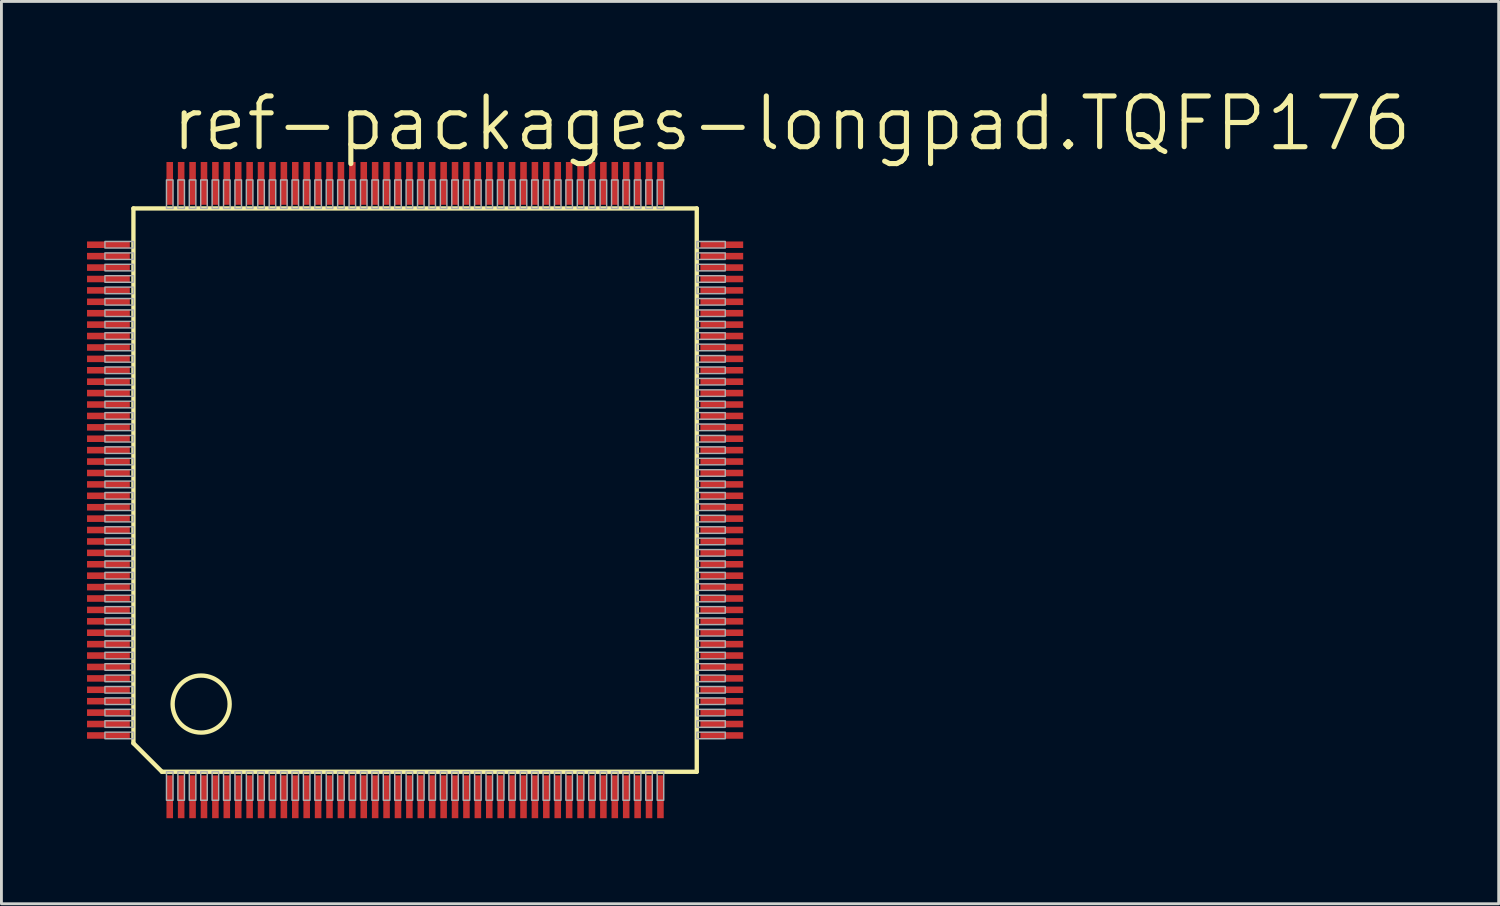
<source format=kicad_pcb>
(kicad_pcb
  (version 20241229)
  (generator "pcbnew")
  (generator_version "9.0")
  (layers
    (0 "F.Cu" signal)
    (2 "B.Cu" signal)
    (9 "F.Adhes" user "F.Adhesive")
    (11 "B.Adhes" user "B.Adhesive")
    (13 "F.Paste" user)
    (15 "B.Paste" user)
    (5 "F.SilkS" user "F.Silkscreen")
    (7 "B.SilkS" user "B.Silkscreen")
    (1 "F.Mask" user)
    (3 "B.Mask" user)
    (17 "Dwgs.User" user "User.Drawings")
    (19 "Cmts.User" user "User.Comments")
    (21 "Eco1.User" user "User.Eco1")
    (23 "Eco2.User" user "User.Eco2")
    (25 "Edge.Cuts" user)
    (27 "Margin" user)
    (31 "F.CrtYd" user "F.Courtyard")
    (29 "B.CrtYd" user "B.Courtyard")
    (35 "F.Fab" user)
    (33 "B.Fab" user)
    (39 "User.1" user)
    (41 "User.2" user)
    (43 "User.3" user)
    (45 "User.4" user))
  (footprint "ref-packages-longpad.TQFP176"
    (layer "F.Cu")
    (at 11.5 14.129)
    (property "Reference" "ref-packages-longpad.TQFP176" (at -8.636 -11.811 0) (layer "F.SilkS") (effects (font (size 1.778 1.778) (thickness 0.18)) (justify left bottom)))
    (attr smd)
    (fp_line (start -9.873 -9.873) (end 9.873 -9.873) (stroke (width 0.152) (type default)) (layer "F.SilkS"))
    (fp_line (start -9.873 8.873) (end -9.873 -9.873) (stroke (width 0.152) (type default)) (layer "F.SilkS"))
    (fp_line (start -8.873 9.873) (end -9.873 8.873) (stroke (width 0.152) (type default)) (layer "F.SilkS"))
    (fp_line (start 9.873 -9.873) (end 9.873 9.873) (stroke (width 0.152) (type default)) (layer "F.SilkS"))
    (fp_line (start 9.873 9.873) (end -8.873 9.873) (stroke (width 0.152) (type default)) (layer "F.SilkS"))
    (fp_circle (center -7.5 7.5) (end -6.5 7.5) (stroke (width 0.152) (type default)) (fill no) (layer "F.SilkS"))
    (fp_rect (start -10.872 -8.485) (end -9.873 -8.715) (stroke (width 0.05) (type default)) (fill no) (layer "F.Fab"))
    (fp_rect (start -10.872 -8.085) (end -9.873 -8.315) (stroke (width 0.05) (type default)) (fill no) (layer "F.Fab"))
    (fp_rect (start -10.872 -7.685) (end -9.873 -7.915) (stroke (width 0.05) (type default)) (fill no) (layer "F.Fab"))
    (fp_rect (start -10.872 -7.285) (end -9.873 -7.515) (stroke (width 0.05) (type default)) (fill no) (layer "F.Fab"))
    (fp_rect (start -10.872 -6.885) (end -9.873 -7.115) (stroke (width 0.05) (type default)) (fill no) (layer "F.Fab"))
    (fp_rect (start -10.872 -6.485) (end -9.873 -6.715) (stroke (width 0.05) (type default)) (fill no) (layer "F.Fab"))
    (fp_rect (start -10.872 -6.085) (end -9.873 -6.315) (stroke (width 0.05) (type default)) (fill no) (layer "F.Fab"))
    (fp_rect (start -10.872 -5.685) (end -9.873 -5.915) (stroke (width 0.05) (type default)) (fill no) (layer "F.Fab"))
    (fp_rect (start -10.872 -5.285) (end -9.873 -5.515) (stroke (width 0.05) (type default)) (fill no) (layer "F.Fab"))
    (fp_rect (start -10.872 -4.885) (end -9.873 -5.115) (stroke (width 0.05) (type default)) (fill no) (layer "F.Fab"))
    (fp_rect (start -10.872 -4.485) (end -9.873 -4.715) (stroke (width 0.05) (type default)) (fill no) (layer "F.Fab"))
    (fp_rect (start -10.872 -4.085) (end -9.873 -4.315) (stroke (width 0.05) (type default)) (fill no) (layer "F.Fab"))
    (fp_rect (start -10.872 -3.685) (end -9.873 -3.915) (stroke (width 0.05) (type default)) (fill no) (layer "F.Fab"))
    (fp_rect (start -10.872 -3.285) (end -9.873 -3.515) (stroke (width 0.05) (type default)) (fill no) (layer "F.Fab"))
    (fp_rect (start -10.872 -2.885) (end -9.873 -3.115) (stroke (width 0.05) (type default)) (fill no) (layer "F.Fab"))
    (fp_rect (start -10.872 -2.485) (end -9.873 -2.715) (stroke (width 0.05) (type default)) (fill no) (layer "F.Fab"))
    (fp_rect (start -10.872 -2.085) (end -9.873 -2.315) (stroke (width 0.05) (type default)) (fill no) (layer "F.Fab"))
    (fp_rect (start -10.872 -1.685) (end -9.873 -1.915) (stroke (width 0.05) (type default)) (fill no) (layer "F.Fab"))
    (fp_rect (start -10.872 -1.285) (end -9.873 -1.515) (stroke (width 0.05) (type default)) (fill no) (layer "F.Fab"))
    (fp_rect (start -10.872 -0.885) (end -9.873 -1.115) (stroke (width 0.05) (type default)) (fill no) (layer "F.Fab"))
    (fp_rect (start -10.872 -0.485) (end -9.873 -0.715) (stroke (width 0.05) (type default)) (fill no) (layer "F.Fab"))
    (fp_rect (start -10.872 -0.085) (end -9.873 -0.315) (stroke (width 0.05) (type default)) (fill no) (layer "F.Fab"))
    (fp_rect (start -10.872 0.315) (end -9.873 0.085) (stroke (width 0.05) (type default)) (fill no) (layer "F.Fab"))
    (fp_rect (start -10.872 0.715) (end -9.873 0.485) (stroke (width 0.05) (type default)) (fill no) (layer "F.Fab"))
    (fp_rect (start -10.872 1.115) (end -9.873 0.885) (stroke (width 0.05) (type default)) (fill no) (layer "F.Fab"))
    (fp_rect (start -10.872 1.515) (end -9.873 1.285) (stroke (width 0.05) (type default)) (fill no) (layer "F.Fab"))
    (fp_rect (start -10.872 1.915) (end -9.873 1.685) (stroke (width 0.05) (type default)) (fill no) (layer "F.Fab"))
    (fp_rect (start -10.872 2.315) (end -9.873 2.085) (stroke (width 0.05) (type default)) (fill no) (layer "F.Fab"))
    (fp_rect (start -10.872 2.715) (end -9.873 2.485) (stroke (width 0.05) (type default)) (fill no) (layer "F.Fab"))
    (fp_rect (start -10.872 3.115) (end -9.873 2.885) (stroke (width 0.05) (type default)) (fill no) (layer "F.Fab"))
    (fp_rect (start -10.872 3.515) (end -9.873 3.285) (stroke (width 0.05) (type default)) (fill no) (layer "F.Fab"))
    (fp_rect (start -10.872 3.915) (end -9.873 3.685) (stroke (width 0.05) (type default)) (fill no) (layer "F.Fab"))
    (fp_rect (start -10.872 4.315) (end -9.873 4.085) (stroke (width 0.05) (type default)) (fill no) (layer "F.Fab"))
    (fp_rect (start -10.872 4.715) (end -9.873 4.485) (stroke (width 0.05) (type default)) (fill no) (layer "F.Fab"))
    (fp_rect (start -10.872 5.115) (end -9.873 4.885) (stroke (width 0.05) (type default)) (fill no) (layer "F.Fab"))
    (fp_rect (start -10.872 5.515) (end -9.873 5.285) (stroke (width 0.05) (type default)) (fill no) (layer "F.Fab"))
    (fp_rect (start -10.872 5.915) (end -9.873 5.685) (stroke (width 0.05) (type default)) (fill no) (layer "F.Fab"))
    (fp_rect (start -10.872 6.315) (end -9.873 6.085) (stroke (width 0.05) (type default)) (fill no) (layer "F.Fab"))
    (fp_rect (start -10.872 6.715) (end -9.873 6.485) (stroke (width 0.05) (type default)) (fill no) (layer "F.Fab"))
    (fp_rect (start -10.872 7.115) (end -9.873 6.885) (stroke (width 0.05) (type default)) (fill no) (layer "F.Fab"))
    (fp_rect (start -10.872 7.515) (end -9.873 7.285) (stroke (width 0.05) (type default)) (fill no) (layer "F.Fab"))
    (fp_rect (start -10.872 7.915) (end -9.873 7.685) (stroke (width 0.05) (type default)) (fill no) (layer "F.Fab"))
    (fp_rect (start -10.872 8.315) (end -9.873 8.085) (stroke (width 0.05) (type default)) (fill no) (layer "F.Fab"))
    (fp_rect (start -10.872 8.715) (end -9.873 8.485) (stroke (width 0.05) (type default)) (fill no) (layer "F.Fab"))
    (fp_rect (start -8.715 -9.873) (end -8.485 -10.872) (stroke (width 0.05) (type default)) (fill no) (layer "F.Fab"))
    (fp_rect (start -8.715 10.872) (end -8.485 9.873) (stroke (width 0.05) (type default)) (fill no) (layer "F.Fab"))
    (fp_rect (start -8.315 -9.873) (end -8.085 -10.872) (stroke (width 0.05) (type default)) (fill no) (layer "F.Fab"))
    (fp_rect (start -8.315 10.872) (end -8.085 9.873) (stroke (width 0.05) (type default)) (fill no) (layer "F.Fab"))
    (fp_rect (start -7.915 -9.873) (end -7.685 -10.872) (stroke (width 0.05) (type default)) (fill no) (layer "F.Fab"))
    (fp_rect (start -7.915 10.872) (end -7.685 9.873) (stroke (width 0.05) (type default)) (fill no) (layer "F.Fab"))
    (fp_rect (start -7.515 -9.873) (end -7.285 -10.872) (stroke (width 0.05) (type default)) (fill no) (layer "F.Fab"))
    (fp_rect (start -7.515 10.872) (end -7.285 9.873) (stroke (width 0.05) (type default)) (fill no) (layer "F.Fab"))
    (fp_rect (start -7.115 -9.873) (end -6.885 -10.872) (stroke (width 0.05) (type default)) (fill no) (layer "F.Fab"))
    (fp_rect (start -7.115 10.872) (end -6.885 9.873) (stroke (width 0.05) (type default)) (fill no) (layer "F.Fab"))
    (fp_rect (start -6.715 -9.873) (end -6.485 -10.872) (stroke (width 0.05) (type default)) (fill no) (layer "F.Fab"))
    (fp_rect (start -6.715 10.872) (end -6.485 9.873) (stroke (width 0.05) (type default)) (fill no) (layer "F.Fab"))
    (fp_rect (start -6.315 -9.873) (end -6.085 -10.872) (stroke (width 0.05) (type default)) (fill no) (layer "F.Fab"))
    (fp_rect (start -6.315 10.872) (end -6.085 9.873) (stroke (width 0.05) (type default)) (fill no) (layer "F.Fab"))
    (fp_rect (start -5.915 -9.873) (end -5.685 -10.872) (stroke (width 0.05) (type default)) (fill no) (layer "F.Fab"))
    (fp_rect (start -5.915 10.872) (end -5.685 9.873) (stroke (width 0.05) (type default)) (fill no) (layer "F.Fab"))
    (fp_rect (start -5.515 -9.873) (end -5.285 -10.872) (stroke (width 0.05) (type default)) (fill no) (layer "F.Fab"))
    (fp_rect (start -5.515 10.872) (end -5.285 9.873) (stroke (width 0.05) (type default)) (fill no) (layer "F.Fab"))
    (fp_rect (start -5.115 -9.873) (end -4.885 -10.872) (stroke (width 0.05) (type default)) (fill no) (layer "F.Fab"))
    (fp_rect (start -5.115 10.872) (end -4.885 9.873) (stroke (width 0.05) (type default)) (fill no) (layer "F.Fab"))
    (fp_rect (start -4.715 -9.873) (end -4.485 -10.872) (stroke (width 0.05) (type default)) (fill no) (layer "F.Fab"))
    (fp_rect (start -4.715 10.872) (end -4.485 9.873) (stroke (width 0.05) (type default)) (fill no) (layer "F.Fab"))
    (fp_rect (start -4.315 -9.873) (end -4.085 -10.872) (stroke (width 0.05) (type default)) (fill no) (layer "F.Fab"))
    (fp_rect (start -4.315 10.872) (end -4.085 9.873) (stroke (width 0.05) (type default)) (fill no) (layer "F.Fab"))
    (fp_rect (start -3.915 -9.873) (end -3.685 -10.872) (stroke (width 0.05) (type default)) (fill no) (layer "F.Fab"))
    (fp_rect (start -3.915 10.872) (end -3.685 9.873) (stroke (width 0.05) (type default)) (fill no) (layer "F.Fab"))
    (fp_rect (start -3.515 -9.873) (end -3.285 -10.872) (stroke (width 0.05) (type default)) (fill no) (layer "F.Fab"))
    (fp_rect (start -3.515 10.872) (end -3.285 9.873) (stroke (width 0.05) (type default)) (fill no) (layer "F.Fab"))
    (fp_rect (start -3.115 -9.873) (end -2.885 -10.872) (stroke (width 0.05) (type default)) (fill no) (layer "F.Fab"))
    (fp_rect (start -3.115 10.872) (end -2.885 9.873) (stroke (width 0.05) (type default)) (fill no) (layer "F.Fab"))
    (fp_rect (start -2.715 -9.873) (end -2.485 -10.872) (stroke (width 0.05) (type default)) (fill no) (layer "F.Fab"))
    (fp_rect (start -2.715 10.872) (end -2.485 9.873) (stroke (width 0.05) (type default)) (fill no) (layer "F.Fab"))
    (fp_rect (start -2.315 -9.873) (end -2.085 -10.872) (stroke (width 0.05) (type default)) (fill no) (layer "F.Fab"))
    (fp_rect (start -2.315 10.872) (end -2.085 9.873) (stroke (width 0.05) (type default)) (fill no) (layer "F.Fab"))
    (fp_rect (start -1.915 -9.873) (end -1.685 -10.872) (stroke (width 0.05) (type default)) (fill no) (layer "F.Fab"))
    (fp_rect (start -1.915 10.872) (end -1.685 9.873) (stroke (width 0.05) (type default)) (fill no) (layer "F.Fab"))
    (fp_rect (start -1.515 -9.873) (end -1.285 -10.872) (stroke (width 0.05) (type default)) (fill no) (layer "F.Fab"))
    (fp_rect (start -1.515 10.872) (end -1.285 9.873) (stroke (width 0.05) (type default)) (fill no) (layer "F.Fab"))
    (fp_rect (start -1.115 -9.873) (end -0.885 -10.872) (stroke (width 0.05) (type default)) (fill no) (layer "F.Fab"))
    (fp_rect (start -1.115 10.872) (end -0.885 9.873) (stroke (width 0.05) (type default)) (fill no) (layer "F.Fab"))
    (fp_rect (start -0.715 -9.873) (end -0.485 -10.872) (stroke (width 0.05) (type default)) (fill no) (layer "F.Fab"))
    (fp_rect (start -0.715 10.872) (end -0.485 9.873) (stroke (width 0.05) (type default)) (fill no) (layer "F.Fab"))
    (fp_rect (start -0.315 -9.873) (end -0.085 -10.872) (stroke (width 0.05) (type default)) (fill no) (layer "F.Fab"))
    (fp_rect (start -0.315 10.872) (end -0.085 9.873) (stroke (width 0.05) (type default)) (fill no) (layer "F.Fab"))
    (fp_rect (start 0.085 -9.873) (end 0.315 -10.872) (stroke (width 0.05) (type default)) (fill no) (layer "F.Fab"))
    (fp_rect (start 0.085 10.872) (end 0.315 9.873) (stroke (width 0.05) (type default)) (fill no) (layer "F.Fab"))
    (fp_rect (start 0.485 -9.873) (end 0.715 -10.872) (stroke (width 0.05) (type default)) (fill no) (layer "F.Fab"))
    (fp_rect (start 0.485 10.872) (end 0.715 9.873) (stroke (width 0.05) (type default)) (fill no) (layer "F.Fab"))
    (fp_rect (start 0.885 -9.873) (end 1.115 -10.872) (stroke (width 0.05) (type default)) (fill no) (layer "F.Fab"))
    (fp_rect (start 0.885 10.872) (end 1.115 9.873) (stroke (width 0.05) (type default)) (fill no) (layer "F.Fab"))
    (fp_rect (start 1.285 -9.873) (end 1.515 -10.872) (stroke (width 0.05) (type default)) (fill no) (layer "F.Fab"))
    (fp_rect (start 1.285 10.872) (end 1.515 9.873) (stroke (width 0.05) (type default)) (fill no) (layer "F.Fab"))
    (fp_rect (start 1.685 -9.873) (end 1.915 -10.872) (stroke (width 0.05) (type default)) (fill no) (layer "F.Fab"))
    (fp_rect (start 1.685 10.872) (end 1.915 9.873) (stroke (width 0.05) (type default)) (fill no) (layer "F.Fab"))
    (fp_rect (start 2.085 -9.873) (end 2.315 -10.872) (stroke (width 0.05) (type default)) (fill no) (layer "F.Fab"))
    (fp_rect (start 2.085 10.872) (end 2.315 9.873) (stroke (width 0.05) (type default)) (fill no) (layer "F.Fab"))
    (fp_rect (start 2.485 -9.873) (end 2.715 -10.872) (stroke (width 0.05) (type default)) (fill no) (layer "F.Fab"))
    (fp_rect (start 2.485 10.872) (end 2.715 9.873) (stroke (width 0.05) (type default)) (fill no) (layer "F.Fab"))
    (fp_rect (start 2.885 -9.873) (end 3.115 -10.872) (stroke (width 0.05) (type default)) (fill no) (layer "F.Fab"))
    (fp_rect (start 2.885 10.872) (end 3.115 9.873) (stroke (width 0.05) (type default)) (fill no) (layer "F.Fab"))
    (fp_rect (start 3.285 -9.873) (end 3.515 -10.872) (stroke (width 0.05) (type default)) (fill no) (layer "F.Fab"))
    (fp_rect (start 3.285 10.872) (end 3.515 9.873) (stroke (width 0.05) (type default)) (fill no) (layer "F.Fab"))
    (fp_rect (start 3.685 -9.873) (end 3.915 -10.872) (stroke (width 0.05) (type default)) (fill no) (layer "F.Fab"))
    (fp_rect (start 3.685 10.872) (end 3.915 9.873) (stroke (width 0.05) (type default)) (fill no) (layer "F.Fab"))
    (fp_rect (start 4.085 -9.873) (end 4.315 -10.872) (stroke (width 0.05) (type default)) (fill no) (layer "F.Fab"))
    (fp_rect (start 4.085 10.872) (end 4.315 9.873) (stroke (width 0.05) (type default)) (fill no) (layer "F.Fab"))
    (fp_rect (start 4.485 -9.873) (end 4.715 -10.872) (stroke (width 0.05) (type default)) (fill no) (layer "F.Fab"))
    (fp_rect (start 4.485 10.872) (end 4.715 9.873) (stroke (width 0.05) (type default)) (fill no) (layer "F.Fab"))
    (fp_rect (start 4.885 -9.873) (end 5.115 -10.872) (stroke (width 0.05) (type default)) (fill no) (layer "F.Fab"))
    (fp_rect (start 4.885 10.872) (end 5.115 9.873) (stroke (width 0.05) (type default)) (fill no) (layer "F.Fab"))
    (fp_rect (start 5.285 -9.873) (end 5.515 -10.872) (stroke (width 0.05) (type default)) (fill no) (layer "F.Fab"))
    (fp_rect (start 5.285 10.872) (end 5.515 9.873) (stroke (width 0.05) (type default)) (fill no) (layer "F.Fab"))
    (fp_rect (start 5.685 -9.873) (end 5.915 -10.872) (stroke (width 0.05) (type default)) (fill no) (layer "F.Fab"))
    (fp_rect (start 5.685 10.872) (end 5.915 9.873) (stroke (width 0.05) (type default)) (fill no) (layer "F.Fab"))
    (fp_rect (start 6.085 -9.873) (end 6.315 -10.872) (stroke (width 0.05) (type default)) (fill no) (layer "F.Fab"))
    (fp_rect (start 6.085 10.872) (end 6.315 9.873) (stroke (width 0.05) (type default)) (fill no) (layer "F.Fab"))
    (fp_rect (start 6.485 -9.873) (end 6.715 -10.872) (stroke (width 0.05) (type default)) (fill no) (layer "F.Fab"))
    (fp_rect (start 6.485 10.872) (end 6.715 9.873) (stroke (width 0.05) (type default)) (fill no) (layer "F.Fab"))
    (fp_rect (start 6.885 -9.873) (end 7.115 -10.872) (stroke (width 0.05) (type default)) (fill no) (layer "F.Fab"))
    (fp_rect (start 6.885 10.872) (end 7.115 9.873) (stroke (width 0.05) (type default)) (fill no) (layer "F.Fab"))
    (fp_rect (start 7.285 -9.873) (end 7.515 -10.872) (stroke (width 0.05) (type default)) (fill no) (layer "F.Fab"))
    (fp_rect (start 7.285 10.872) (end 7.515 9.873) (stroke (width 0.05) (type default)) (fill no) (layer "F.Fab"))
    (fp_rect (start 7.685 -9.873) (end 7.915 -10.872) (stroke (width 0.05) (type default)) (fill no) (layer "F.Fab"))
    (fp_rect (start 7.685 10.872) (end 7.915 9.873) (stroke (width 0.05) (type default)) (fill no) (layer "F.Fab"))
    (fp_rect (start 8.085 -9.873) (end 8.315 -10.872) (stroke (width 0.05) (type default)) (fill no) (layer "F.Fab"))
    (fp_rect (start 8.085 10.872) (end 8.315 9.873) (stroke (width 0.05) (type default)) (fill no) (layer "F.Fab"))
    (fp_rect (start 8.485 -9.873) (end 8.715 -10.872) (stroke (width 0.05) (type default)) (fill no) (layer "F.Fab"))
    (fp_rect (start 8.485 10.872) (end 8.715 9.873) (stroke (width 0.05) (type default)) (fill no) (layer "F.Fab"))
    (fp_rect (start 9.873 -8.485) (end 10.872 -8.715) (stroke (width 0.05) (type default)) (fill no) (layer "F.Fab"))
    (fp_rect (start 9.873 -8.085) (end 10.872 -8.315) (stroke (width 0.05) (type default)) (fill no) (layer "F.Fab"))
    (fp_rect (start 9.873 -7.685) (end 10.872 -7.915) (stroke (width 0.05) (type default)) (fill no) (layer "F.Fab"))
    (fp_rect (start 9.873 -7.285) (end 10.872 -7.515) (stroke (width 0.05) (type default)) (fill no) (layer "F.Fab"))
    (fp_rect (start 9.873 -6.885) (end 10.872 -7.115) (stroke (width 0.05) (type default)) (fill no) (layer "F.Fab"))
    (fp_rect (start 9.873 -6.485) (end 10.872 -6.715) (stroke (width 0.05) (type default)) (fill no) (layer "F.Fab"))
    (fp_rect (start 9.873 -6.085) (end 10.872 -6.315) (stroke (width 0.05) (type default)) (fill no) (layer "F.Fab"))
    (fp_rect (start 9.873 -5.685) (end 10.872 -5.915) (stroke (width 0.05) (type default)) (fill no) (layer "F.Fab"))
    (fp_rect (start 9.873 -5.285) (end 10.872 -5.515) (stroke (width 0.05) (type default)) (fill no) (layer "F.Fab"))
    (fp_rect (start 9.873 -4.885) (end 10.872 -5.115) (stroke (width 0.05) (type default)) (fill no) (layer "F.Fab"))
    (fp_rect (start 9.873 -4.485) (end 10.872 -4.715) (stroke (width 0.05) (type default)) (fill no) (layer "F.Fab"))
    (fp_rect (start 9.873 -4.085) (end 10.872 -4.315) (stroke (width 0.05) (type default)) (fill no) (layer "F.Fab"))
    (fp_rect (start 9.873 -3.685) (end 10.872 -3.915) (stroke (width 0.05) (type default)) (fill no) (layer "F.Fab"))
    (fp_rect (start 9.873 -3.285) (end 10.872 -3.515) (stroke (width 0.05) (type default)) (fill no) (layer "F.Fab"))
    (fp_rect (start 9.873 -2.885) (end 10.872 -3.115) (stroke (width 0.05) (type default)) (fill no) (layer "F.Fab"))
    (fp_rect (start 9.873 -2.485) (end 10.872 -2.715) (stroke (width 0.05) (type default)) (fill no) (layer "F.Fab"))
    (fp_rect (start 9.873 -2.085) (end 10.872 -2.315) (stroke (width 0.05) (type default)) (fill no) (layer "F.Fab"))
    (fp_rect (start 9.873 -1.685) (end 10.872 -1.915) (stroke (width 0.05) (type default)) (fill no) (layer "F.Fab"))
    (fp_rect (start 9.873 -1.285) (end 10.872 -1.515) (stroke (width 0.05) (type default)) (fill no) (layer "F.Fab"))
    (fp_rect (start 9.873 -0.885) (end 10.872 -1.115) (stroke (width 0.05) (type default)) (fill no) (layer "F.Fab"))
    (fp_rect (start 9.873 -0.485) (end 10.872 -0.715) (stroke (width 0.05) (type default)) (fill no) (layer "F.Fab"))
    (fp_rect (start 9.873 -0.085) (end 10.872 -0.315) (stroke (width 0.05) (type default)) (fill no) (layer "F.Fab"))
    (fp_rect (start 9.873 0.315) (end 10.872 0.085) (stroke (width 0.05) (type default)) (fill no) (layer "F.Fab"))
    (fp_rect (start 9.873 0.715) (end 10.872 0.485) (stroke (width 0.05) (type default)) (fill no) (layer "F.Fab"))
    (fp_rect (start 9.873 1.115) (end 10.872 0.885) (stroke (width 0.05) (type default)) (fill no) (layer "F.Fab"))
    (fp_rect (start 9.873 1.515) (end 10.872 1.285) (stroke (width 0.05) (type default)) (fill no) (layer "F.Fab"))
    (fp_rect (start 9.873 1.915) (end 10.872 1.685) (stroke (width 0.05) (type default)) (fill no) (layer "F.Fab"))
    (fp_rect (start 9.873 2.315) (end 10.872 2.085) (stroke (width 0.05) (type default)) (fill no) (layer "F.Fab"))
    (fp_rect (start 9.873 2.715) (end 10.872 2.485) (stroke (width 0.05) (type default)) (fill no) (layer "F.Fab"))
    (fp_rect (start 9.873 3.115) (end 10.872 2.885) (stroke (width 0.05) (type default)) (fill no) (layer "F.Fab"))
    (fp_rect (start 9.873 3.515) (end 10.872 3.285) (stroke (width 0.05) (type default)) (fill no) (layer "F.Fab"))
    (fp_rect (start 9.873 3.915) (end 10.872 3.685) (stroke (width 0.05) (type default)) (fill no) (layer "F.Fab"))
    (fp_rect (start 9.873 4.315) (end 10.872 4.085) (stroke (width 0.05) (type default)) (fill no) (layer "F.Fab"))
    (fp_rect (start 9.873 4.715) (end 10.872 4.485) (stroke (width 0.05) (type default)) (fill no) (layer "F.Fab"))
    (fp_rect (start 9.873 5.115) (end 10.872 4.885) (stroke (width 0.05) (type default)) (fill no) (layer "F.Fab"))
    (fp_rect (start 9.873 5.515) (end 10.872 5.285) (stroke (width 0.05) (type default)) (fill no) (layer "F.Fab"))
    (fp_rect (start 9.873 5.915) (end 10.872 5.685) (stroke (width 0.05) (type default)) (fill no) (layer "F.Fab"))
    (fp_rect (start 9.873 6.315) (end 10.872 6.085) (stroke (width 0.05) (type default)) (fill no) (layer "F.Fab"))
    (fp_rect (start 9.873 6.715) (end 10.872 6.485) (stroke (width 0.05) (type default)) (fill no) (layer "F.Fab"))
    (fp_rect (start 9.873 7.115) (end 10.872 6.885) (stroke (width 0.05) (type default)) (fill no) (layer "F.Fab"))
    (fp_rect (start 9.873 7.515) (end 10.872 7.285) (stroke (width 0.05) (type default)) (fill no) (layer "F.Fab"))
    (fp_rect (start 9.873 7.915) (end 10.872 7.685) (stroke (width 0.05) (type default)) (fill no) (layer "F.Fab"))
    (fp_rect (start 9.873 8.315) (end 10.872 8.085) (stroke (width 0.05) (type default)) (fill no) (layer "F.Fab"))
    (fp_rect (start 9.873 8.715) (end 10.872 8.485) (stroke (width 0.05) (type default)) (fill no) (layer "F.Fab"))
    (pad "1" smd roundrect (at -8.6 10.75) (size 0.23 1.5) (layers "F.Cu" "F.Mask" "F.Paste") (roundrect_rratio 0.01))
    (pad "2" smd roundrect (at -8.2 10.75) (size 0.23 1.5) (layers "F.Cu" "F.Mask" "F.Paste") (roundrect_rratio 0.01))
    (pad "3" smd roundrect (at -7.8 10.75) (size 0.23 1.5) (layers "F.Cu" "F.Mask" "F.Paste") (roundrect_rratio 0.01))
    (pad "4" smd roundrect (at -7.4 10.75) (size 0.23 1.5) (layers "F.Cu" "F.Mask" "F.Paste") (roundrect_rratio 0.01))
    (pad "5" smd roundrect (at -7 10.75) (size 0.23 1.5) (layers "F.Cu" "F.Mask" "F.Paste") (roundrect_rratio 0.01))
    (pad "6" smd roundrect (at -6.6 10.75) (size 0.23 1.5) (layers "F.Cu" "F.Mask" "F.Paste") (roundrect_rratio 0.01))
    (pad "7" smd roundrect (at -6.2 10.75) (size 0.23 1.5) (layers "F.Cu" "F.Mask" "F.Paste") (roundrect_rratio 0.01))
    (pad "8" smd roundrect (at -5.8 10.75) (size 0.23 1.5) (layers "F.Cu" "F.Mask" "F.Paste") (roundrect_rratio 0.01))
    (pad "9" smd roundrect (at -5.4 10.75) (size 0.23 1.5) (layers "F.Cu" "F.Mask" "F.Paste") (roundrect_rratio 0.01))
    (pad "10" smd roundrect (at -5 10.75) (size 0.23 1.5) (layers "F.Cu" "F.Mask" "F.Paste") (roundrect_rratio 0.01))
    (pad "11" smd roundrect (at -4.6 10.75) (size 0.23 1.5) (layers "F.Cu" "F.Mask" "F.Paste") (roundrect_rratio 0.01))
    (pad "12" smd roundrect (at -4.2 10.75) (size 0.23 1.5) (layers "F.Cu" "F.Mask" "F.Paste") (roundrect_rratio 0.01))
    (pad "13" smd roundrect (at -3.8 10.75) (size 0.23 1.5) (layers "F.Cu" "F.Mask" "F.Paste") (roundrect_rratio 0.01))
    (pad "14" smd roundrect (at -3.4 10.75) (size 0.23 1.5) (layers "F.Cu" "F.Mask" "F.Paste") (roundrect_rratio 0.01))
    (pad "15" smd roundrect (at -3 10.75) (size 0.23 1.5) (layers "F.Cu" "F.Mask" "F.Paste") (roundrect_rratio 0.01))
    (pad "16" smd roundrect (at -2.6 10.75) (size 0.23 1.5) (layers "F.Cu" "F.Mask" "F.Paste") (roundrect_rratio 0.01))
    (pad "17" smd roundrect (at -2.2 10.75) (size 0.23 1.5) (layers "F.Cu" "F.Mask" "F.Paste") (roundrect_rratio 0.01))
    (pad "18" smd roundrect (at -1.8 10.75) (size 0.23 1.5) (layers "F.Cu" "F.Mask" "F.Paste") (roundrect_rratio 0.01))
    (pad "19" smd roundrect (at -1.4 10.75) (size 0.23 1.5) (layers "F.Cu" "F.Mask" "F.Paste") (roundrect_rratio 0.01))
    (pad "20" smd roundrect (at -1 10.75) (size 0.23 1.5) (layers "F.Cu" "F.Mask" "F.Paste") (roundrect_rratio 0.01))
    (pad "21" smd roundrect (at -0.6 10.75) (size 0.23 1.5) (layers "F.Cu" "F.Mask" "F.Paste") (roundrect_rratio 0.01))
    (pad "22" smd roundrect (at -0.2 10.75) (size 0.23 1.5) (layers "F.Cu" "F.Mask" "F.Paste") (roundrect_rratio 0.01))
    (pad "23" smd roundrect (at 0.2 10.75) (size 0.23 1.5) (layers "F.Cu" "F.Mask" "F.Paste") (roundrect_rratio 0.01))
    (pad "24" smd roundrect (at 0.6 10.75) (size 0.23 1.5) (layers "F.Cu" "F.Mask" "F.Paste") (roundrect_rratio 0.01))
    (pad "25" smd roundrect (at 1 10.75) (size 0.23 1.5) (layers "F.Cu" "F.Mask" "F.Paste") (roundrect_rratio 0.01))
    (pad "26" smd roundrect (at 1.4 10.75) (size 0.23 1.5) (layers "F.Cu" "F.Mask" "F.Paste") (roundrect_rratio 0.01))
    (pad "27" smd roundrect (at 1.8 10.75) (size 0.23 1.5) (layers "F.Cu" "F.Mask" "F.Paste") (roundrect_rratio 0.01))
    (pad "28" smd roundrect (at 2.2 10.75) (size 0.23 1.5) (layers "F.Cu" "F.Mask" "F.Paste") (roundrect_rratio 0.01))
    (pad "29" smd roundrect (at 2.6 10.75) (size 0.23 1.5) (layers "F.Cu" "F.Mask" "F.Paste") (roundrect_rratio 0.01))
    (pad "30" smd roundrect (at 3 10.75) (size 0.23 1.5) (layers "F.Cu" "F.Mask" "F.Paste") (roundrect_rratio 0.01))
    (pad "31" smd roundrect (at 3.4 10.75) (size 0.23 1.5) (layers "F.Cu" "F.Mask" "F.Paste") (roundrect_rratio 0.01))
    (pad "32" smd roundrect (at 3.8 10.75) (size 0.23 1.5) (layers "F.Cu" "F.Mask" "F.Paste") (roundrect_rratio 0.01))
    (pad "33" smd roundrect (at 4.2 10.75) (size 0.23 1.5) (layers "F.Cu" "F.Mask" "F.Paste") (roundrect_rratio 0.01))
    (pad "34" smd roundrect (at 4.6 10.75) (size 0.23 1.5) (layers "F.Cu" "F.Mask" "F.Paste") (roundrect_rratio 0.01))
    (pad "35" smd roundrect (at 5 10.75) (size 0.23 1.5) (layers "F.Cu" "F.Mask" "F.Paste") (roundrect_rratio 0.01))
    (pad "36" smd roundrect (at 5.4 10.75) (size 0.23 1.5) (layers "F.Cu" "F.Mask" "F.Paste") (roundrect_rratio 0.01))
    (pad "37" smd roundrect (at 5.8 10.75) (size 0.23 1.5) (layers "F.Cu" "F.Mask" "F.Paste") (roundrect_rratio 0.01))
    (pad "38" smd roundrect (at 6.2 10.75) (size 0.23 1.5) (layers "F.Cu" "F.Mask" "F.Paste") (roundrect_rratio 0.01))
    (pad "39" smd roundrect (at 6.6 10.75) (size 0.23 1.5) (layers "F.Cu" "F.Mask" "F.Paste") (roundrect_rratio 0.01))
    (pad "40" smd roundrect (at 7 10.75) (size 0.23 1.5) (layers "F.Cu" "F.Mask" "F.Paste") (roundrect_rratio 0.01))
    (pad "41" smd roundrect (at 7.4 10.75) (size 0.23 1.5) (layers "F.Cu" "F.Mask" "F.Paste") (roundrect_rratio 0.01))
    (pad "42" smd roundrect (at 7.8 10.75) (size 0.23 1.5) (layers "F.Cu" "F.Mask" "F.Paste") (roundrect_rratio 0.01))
    (pad "43" smd roundrect (at 8.2 10.75) (size 0.23 1.5) (layers "F.Cu" "F.Mask" "F.Paste") (roundrect_rratio 0.01))
    (pad "44" smd roundrect (at 8.6 10.75) (size 0.23 1.5) (layers "F.Cu" "F.Mask" "F.Paste") (roundrect_rratio 0.01))
    (pad "45" smd roundrect (at 10.75 8.6) (size 1.5 0.23) (layers "F.Cu" "F.Mask" "F.Paste") (roundrect_rratio 0.01))
    (pad "46" smd roundrect (at 10.75 8.2) (size 1.5 0.23) (layers "F.Cu" "F.Mask" "F.Paste") (roundrect_rratio 0.01))
    (pad "47" smd roundrect (at 10.75 7.8) (size 1.5 0.23) (layers "F.Cu" "F.Mask" "F.Paste") (roundrect_rratio 0.01))
    (pad "48" smd roundrect (at 10.75 7.4) (size 1.5 0.23) (layers "F.Cu" "F.Mask" "F.Paste") (roundrect_rratio 0.01))
    (pad "49" smd roundrect (at 10.75 7) (size 1.5 0.23) (layers "F.Cu" "F.Mask" "F.Paste") (roundrect_rratio 0.01))
    (pad "50" smd roundrect (at 10.75 6.6) (size 1.5 0.23) (layers "F.Cu" "F.Mask" "F.Paste") (roundrect_rratio 0.01))
    (pad "51" smd roundrect (at 10.75 6.2) (size 1.5 0.23) (layers "F.Cu" "F.Mask" "F.Paste") (roundrect_rratio 0.01))
    (pad "52" smd roundrect (at 10.75 5.8) (size 1.5 0.23) (layers "F.Cu" "F.Mask" "F.Paste") (roundrect_rratio 0.01))
    (pad "53" smd roundrect (at 10.75 5.4) (size 1.5 0.23) (layers "F.Cu" "F.Mask" "F.Paste") (roundrect_rratio 0.01))
    (pad "54" smd roundrect (at 10.75 5) (size 1.5 0.23) (layers "F.Cu" "F.Mask" "F.Paste") (roundrect_rratio 0.01))
    (pad "55" smd roundrect (at 10.75 4.6) (size 1.5 0.23) (layers "F.Cu" "F.Mask" "F.Paste") (roundrect_rratio 0.01))
    (pad "56" smd roundrect (at 10.75 4.2) (size 1.5 0.23) (layers "F.Cu" "F.Mask" "F.Paste") (roundrect_rratio 0.01))
    (pad "57" smd roundrect (at 10.75 3.8) (size 1.5 0.23) (layers "F.Cu" "F.Mask" "F.Paste") (roundrect_rratio 0.01))
    (pad "58" smd roundrect (at 10.75 3.4) (size 1.5 0.23) (layers "F.Cu" "F.Mask" "F.Paste") (roundrect_rratio 0.01))
    (pad "59" smd roundrect (at 10.75 3) (size 1.5 0.23) (layers "F.Cu" "F.Mask" "F.Paste") (roundrect_rratio 0.01))
    (pad "60" smd roundrect (at 10.75 2.6) (size 1.5 0.23) (layers "F.Cu" "F.Mask" "F.Paste") (roundrect_rratio 0.01))
    (pad "61" smd roundrect (at 10.75 2.2) (size 1.5 0.23) (layers "F.Cu" "F.Mask" "F.Paste") (roundrect_rratio 0.01))
    (pad "62" smd roundrect (at 10.75 1.8) (size 1.5 0.23) (layers "F.Cu" "F.Mask" "F.Paste") (roundrect_rratio 0.01))
    (pad "63" smd roundrect (at 10.75 1.4) (size 1.5 0.23) (layers "F.Cu" "F.Mask" "F.Paste") (roundrect_rratio 0.01))
    (pad "64" smd roundrect (at 10.75 1) (size 1.5 0.23) (layers "F.Cu" "F.Mask" "F.Paste") (roundrect_rratio 0.01))
    (pad "65" smd roundrect (at 10.75 0.6) (size 1.5 0.23) (layers "F.Cu" "F.Mask" "F.Paste") (roundrect_rratio 0.01))
    (pad "66" smd roundrect (at 10.75 0.2) (size 1.5 0.23) (layers "F.Cu" "F.Mask" "F.Paste") (roundrect_rratio 0.01))
    (pad "67" smd roundrect (at 10.75 -0.2) (size 1.5 0.23) (layers "F.Cu" "F.Mask" "F.Paste") (roundrect_rratio 0.01))
    (pad "68" smd roundrect (at 10.75 -0.6) (size 1.5 0.23) (layers "F.Cu" "F.Mask" "F.Paste") (roundrect_rratio 0.01))
    (pad "69" smd roundrect (at 10.75 -1) (size 1.5 0.23) (layers "F.Cu" "F.Mask" "F.Paste") (roundrect_rratio 0.01))
    (pad "70" smd roundrect (at 10.75 -1.4) (size 1.5 0.23) (layers "F.Cu" "F.Mask" "F.Paste") (roundrect_rratio 0.01))
    (pad "71" smd roundrect (at 10.75 -1.8) (size 1.5 0.23) (layers "F.Cu" "F.Mask" "F.Paste") (roundrect_rratio 0.01))
    (pad "72" smd roundrect (at 10.75 -2.2) (size 1.5 0.23) (layers "F.Cu" "F.Mask" "F.Paste") (roundrect_rratio 0.01))
    (pad "73" smd roundrect (at 10.75 -2.6) (size 1.5 0.23) (layers "F.Cu" "F.Mask" "F.Paste") (roundrect_rratio 0.01))
    (pad "74" smd roundrect (at 10.75 -3) (size 1.5 0.23) (layers "F.Cu" "F.Mask" "F.Paste") (roundrect_rratio 0.01))
    (pad "75" smd roundrect (at 10.75 -3.4) (size 1.5 0.23) (layers "F.Cu" "F.Mask" "F.Paste") (roundrect_rratio 0.01))
    (pad "76" smd roundrect (at 10.75 -3.8) (size 1.5 0.23) (layers "F.Cu" "F.Mask" "F.Paste") (roundrect_rratio 0.01))
    (pad "77" smd roundrect (at 10.75 -4.2) (size 1.5 0.23) (layers "F.Cu" "F.Mask" "F.Paste") (roundrect_rratio 0.01))
    (pad "78" smd roundrect (at 10.75 -4.6) (size 1.5 0.23) (layers "F.Cu" "F.Mask" "F.Paste") (roundrect_rratio 0.01))
    (pad "79" smd roundrect (at 10.75 -5) (size 1.5 0.23) (layers "F.Cu" "F.Mask" "F.Paste") (roundrect_rratio 0.01))
    (pad "80" smd roundrect (at 10.75 -5.4) (size 1.5 0.23) (layers "F.Cu" "F.Mask" "F.Paste") (roundrect_rratio 0.01))
    (pad "81" smd roundrect (at 10.75 -5.8) (size 1.5 0.23) (layers "F.Cu" "F.Mask" "F.Paste") (roundrect_rratio 0.01))
    (pad "82" smd roundrect (at 10.75 -6.2) (size 1.5 0.23) (layers "F.Cu" "F.Mask" "F.Paste") (roundrect_rratio 0.01))
    (pad "83" smd roundrect (at 10.75 -6.6) (size 1.5 0.23) (layers "F.Cu" "F.Mask" "F.Paste") (roundrect_rratio 0.01))
    (pad "84" smd roundrect (at 10.75 -7) (size 1.5 0.23) (layers "F.Cu" "F.Mask" "F.Paste") (roundrect_rratio 0.01))
    (pad "85" smd roundrect (at 10.75 -7.4) (size 1.5 0.23) (layers "F.Cu" "F.Mask" "F.Paste") (roundrect_rratio 0.01))
    (pad "86" smd roundrect (at 10.75 -7.8) (size 1.5 0.23) (layers "F.Cu" "F.Mask" "F.Paste") (roundrect_rratio 0.01))
    (pad "87" smd roundrect (at 10.75 -8.2) (size 1.5 0.23) (layers "F.Cu" "F.Mask" "F.Paste") (roundrect_rratio 0.01))
    (pad "88" smd roundrect (at 10.75 -8.6) (size 1.5 0.23) (layers "F.Cu" "F.Mask" "F.Paste") (roundrect_rratio 0.01))
    (pad "89" smd roundrect (at 8.6 -10.75) (size 0.23 1.5) (layers "F.Cu" "F.Mask" "F.Paste") (roundrect_rratio 0.01))
    (pad "90" smd roundrect (at 8.2 -10.75) (size 0.23 1.5) (layers "F.Cu" "F.Mask" "F.Paste") (roundrect_rratio 0.01))
    (pad "91" smd roundrect (at 7.8 -10.75) (size 0.23 1.5) (layers "F.Cu" "F.Mask" "F.Paste") (roundrect_rratio 0.01))
    (pad "92" smd roundrect (at 7.4 -10.75) (size 0.23 1.5) (layers "F.Cu" "F.Mask" "F.Paste") (roundrect_rratio 0.01))
    (pad "93" smd roundrect (at 7 -10.75) (size 0.23 1.5) (layers "F.Cu" "F.Mask" "F.Paste") (roundrect_rratio 0.01))
    (pad "94" smd roundrect (at 6.6 -10.75) (size 0.23 1.5) (layers "F.Cu" "F.Mask" "F.Paste") (roundrect_rratio 0.01))
    (pad "95" smd roundrect (at 6.2 -10.75) (size 0.23 1.5) (layers "F.Cu" "F.Mask" "F.Paste") (roundrect_rratio 0.01))
    (pad "96" smd roundrect (at 5.8 -10.75) (size 0.23 1.5) (layers "F.Cu" "F.Mask" "F.Paste") (roundrect_rratio 0.01))
    (pad "97" smd roundrect (at 5.4 -10.75) (size 0.23 1.5) (layers "F.Cu" "F.Mask" "F.Paste") (roundrect_rratio 0.01))
    (pad "98" smd roundrect (at 5 -10.75) (size 0.23 1.5) (layers "F.Cu" "F.Mask" "F.Paste") (roundrect_rratio 0.01))
    (pad "99" smd roundrect (at 4.6 -10.75) (size 0.23 1.5) (layers "F.Cu" "F.Mask" "F.Paste") (roundrect_rratio 0.01))
    (pad "100" smd roundrect (at 4.2 -10.75) (size 0.23 1.5) (layers "F.Cu" "F.Mask" "F.Paste") (roundrect_rratio 0.01))
    (pad "101" smd roundrect (at 3.8 -10.75) (size 0.23 1.5) (layers "F.Cu" "F.Mask" "F.Paste") (roundrect_rratio 0.01))
    (pad "102" smd roundrect (at 3.4 -10.75) (size 0.23 1.5) (layers "F.Cu" "F.Mask" "F.Paste") (roundrect_rratio 0.01))
    (pad "103" smd roundrect (at 3 -10.75) (size 0.23 1.5) (layers "F.Cu" "F.Mask" "F.Paste") (roundrect_rratio 0.01))
    (pad "104" smd roundrect (at 2.6 -10.75) (size 0.23 1.5) (layers "F.Cu" "F.Mask" "F.Paste") (roundrect_rratio 0.01))
    (pad "105" smd roundrect (at 2.2 -10.75) (size 0.23 1.5) (layers "F.Cu" "F.Mask" "F.Paste") (roundrect_rratio 0.01))
    (pad "106" smd roundrect (at 1.8 -10.75) (size 0.23 1.5) (layers "F.Cu" "F.Mask" "F.Paste") (roundrect_rratio 0.01))
    (pad "107" smd roundrect (at 1.4 -10.75) (size 0.23 1.5) (layers "F.Cu" "F.Mask" "F.Paste") (roundrect_rratio 0.01))
    (pad "108" smd roundrect (at 1 -10.75) (size 0.23 1.5) (layers "F.Cu" "F.Mask" "F.Paste") (roundrect_rratio 0.01))
    (pad "109" smd roundrect (at 0.6 -10.75) (size 0.23 1.5) (layers "F.Cu" "F.Mask" "F.Paste") (roundrect_rratio 0.01))
    (pad "110" smd roundrect (at 0.2 -10.75) (size 0.23 1.5) (layers "F.Cu" "F.Mask" "F.Paste") (roundrect_rratio 0.01))
    (pad "111" smd roundrect (at -0.2 -10.75) (size 0.23 1.5) (layers "F.Cu" "F.Mask" "F.Paste") (roundrect_rratio 0.01))
    (pad "112" smd roundrect (at -0.6 -10.75) (size 0.23 1.5) (layers "F.Cu" "F.Mask" "F.Paste") (roundrect_rratio 0.01))
    (pad "113" smd roundrect (at -1 -10.75) (size 0.23 1.5) (layers "F.Cu" "F.Mask" "F.Paste") (roundrect_rratio 0.01))
    (pad "114" smd roundrect (at -1.4 -10.75) (size 0.23 1.5) (layers "F.Cu" "F.Mask" "F.Paste") (roundrect_rratio 0.01))
    (pad "115" smd roundrect (at -1.8 -10.75) (size 0.23 1.5) (layers "F.Cu" "F.Mask" "F.Paste") (roundrect_rratio 0.01))
    (pad "116" smd roundrect (at -2.2 -10.75) (size 0.23 1.5) (layers "F.Cu" "F.Mask" "F.Paste") (roundrect_rratio 0.01))
    (pad "117" smd roundrect (at -2.6 -10.75) (size 0.23 1.5) (layers "F.Cu" "F.Mask" "F.Paste") (roundrect_rratio 0.01))
    (pad "118" smd roundrect (at -3 -10.75) (size 0.23 1.5) (layers "F.Cu" "F.Mask" "F.Paste") (roundrect_rratio 0.01))
    (pad "119" smd roundrect (at -3.4 -10.75) (size 0.23 1.5) (layers "F.Cu" "F.Mask" "F.Paste") (roundrect_rratio 0.01))
    (pad "120" smd roundrect (at -3.8 -10.75) (size 0.23 1.5) (layers "F.Cu" "F.Mask" "F.Paste") (roundrect_rratio 0.01))
    (pad "121" smd roundrect (at -4.2 -10.75) (size 0.23 1.5) (layers "F.Cu" "F.Mask" "F.Paste") (roundrect_rratio 0.01))
    (pad "122" smd roundrect (at -4.6 -10.75) (size 0.23 1.5) (layers "F.Cu" "F.Mask" "F.Paste") (roundrect_rratio 0.01))
    (pad "123" smd roundrect (at -5 -10.75) (size 0.23 1.5) (layers "F.Cu" "F.Mask" "F.Paste") (roundrect_rratio 0.01))
    (pad "124" smd roundrect (at -5.4 -10.75) (size 0.23 1.5) (layers "F.Cu" "F.Mask" "F.Paste") (roundrect_rratio 0.01))
    (pad "125" smd roundrect (at -5.8 -10.75) (size 0.23 1.5) (layers "F.Cu" "F.Mask" "F.Paste") (roundrect_rratio 0.01))
    (pad "126" smd roundrect (at -6.2 -10.75) (size 0.23 1.5) (layers "F.Cu" "F.Mask" "F.Paste") (roundrect_rratio 0.01))
    (pad "127" smd roundrect (at -6.6 -10.75) (size 0.23 1.5) (layers "F.Cu" "F.Mask" "F.Paste") (roundrect_rratio 0.01))
    (pad "128" smd roundrect (at -7 -10.75) (size 0.23 1.5) (layers "F.Cu" "F.Mask" "F.Paste") (roundrect_rratio 0.01))
    (pad "129" smd roundrect (at -7.4 -10.75) (size 0.23 1.5) (layers "F.Cu" "F.Mask" "F.Paste") (roundrect_rratio 0.01))
    (pad "130" smd roundrect (at -7.8 -10.75) (size 0.23 1.5) (layers "F.Cu" "F.Mask" "F.Paste") (roundrect_rratio 0.01))
    (pad "131" smd roundrect (at -8.2 -10.75) (size 0.23 1.5) (layers "F.Cu" "F.Mask" "F.Paste") (roundrect_rratio 0.01))
    (pad "132" smd roundrect (at -8.6 -10.75) (size 0.23 1.5) (layers "F.Cu" "F.Mask" "F.Paste") (roundrect_rratio 0.01))
    (pad "133" smd roundrect (at -10.75 -8.6) (size 1.5 0.23) (layers "F.Cu" "F.Mask" "F.Paste") (roundrect_rratio 0.01))
    (pad "134" smd roundrect (at -10.75 -8.2) (size 1.5 0.23) (layers "F.Cu" "F.Mask" "F.Paste") (roundrect_rratio 0.01))
    (pad "135" smd roundrect (at -10.75 -7.8) (size 1.5 0.23) (layers "F.Cu" "F.Mask" "F.Paste") (roundrect_rratio 0.01))
    (pad "136" smd roundrect (at -10.75 -7.4) (size 1.5 0.23) (layers "F.Cu" "F.Mask" "F.Paste") (roundrect_rratio 0.01))
    (pad "137" smd roundrect (at -10.75 -7) (size 1.5 0.23) (layers "F.Cu" "F.Mask" "F.Paste") (roundrect_rratio 0.01))
    (pad "138" smd roundrect (at -10.75 -6.6) (size 1.5 0.23) (layers "F.Cu" "F.Mask" "F.Paste") (roundrect_rratio 0.01))
    (pad "139" smd roundrect (at -10.75 -6.2) (size 1.5 0.23) (layers "F.Cu" "F.Mask" "F.Paste") (roundrect_rratio 0.01))
    (pad "140" smd roundrect (at -10.75 -5.8) (size 1.5 0.23) (layers "F.Cu" "F.Mask" "F.Paste") (roundrect_rratio 0.01))
    (pad "141" smd roundrect (at -10.75 -5.4) (size 1.5 0.23) (layers "F.Cu" "F.Mask" "F.Paste") (roundrect_rratio 0.01))
    (pad "142" smd roundrect (at -10.75 -5) (size 1.5 0.23) (layers "F.Cu" "F.Mask" "F.Paste") (roundrect_rratio 0.01))
    (pad "143" smd roundrect (at -10.75 -4.6) (size 1.5 0.23) (layers "F.Cu" "F.Mask" "F.Paste") (roundrect_rratio 0.01))
    (pad "144" smd roundrect (at -10.75 -4.2) (size 1.5 0.23) (layers "F.Cu" "F.Mask" "F.Paste") (roundrect_rratio 0.01))
    (pad "145" smd roundrect (at -10.75 -3.8) (size 1.5 0.23) (layers "F.Cu" "F.Mask" "F.Paste") (roundrect_rratio 0.01))
    (pad "146" smd roundrect (at -10.75 -3.4) (size 1.5 0.23) (layers "F.Cu" "F.Mask" "F.Paste") (roundrect_rratio 0.01))
    (pad "147" smd roundrect (at -10.75 -3) (size 1.5 0.23) (layers "F.Cu" "F.Mask" "F.Paste") (roundrect_rratio 0.01))
    (pad "148" smd roundrect (at -10.75 -2.6) (size 1.5 0.23) (layers "F.Cu" "F.Mask" "F.Paste") (roundrect_rratio 0.01))
    (pad "149" smd roundrect (at -10.75 -2.2) (size 1.5 0.23) (layers "F.Cu" "F.Mask" "F.Paste") (roundrect_rratio 0.01))
    (pad "150" smd roundrect (at -10.75 -1.8) (size 1.5 0.23) (layers "F.Cu" "F.Mask" "F.Paste") (roundrect_rratio 0.01))
    (pad "151" smd roundrect (at -10.75 -1.4) (size 1.5 0.23) (layers "F.Cu" "F.Mask" "F.Paste") (roundrect_rratio 0.01))
    (pad "152" smd roundrect (at -10.75 -1) (size 1.5 0.23) (layers "F.Cu" "F.Mask" "F.Paste") (roundrect_rratio 0.01))
    (pad "153" smd roundrect (at -10.75 -0.6) (size 1.5 0.23) (layers "F.Cu" "F.Mask" "F.Paste") (roundrect_rratio 0.01))
    (pad "154" smd roundrect (at -10.75 -0.2) (size 1.5 0.23) (layers "F.Cu" "F.Mask" "F.Paste") (roundrect_rratio 0.01))
    (pad "155" smd roundrect (at -10.75 0.2) (size 1.5 0.23) (layers "F.Cu" "F.Mask" "F.Paste") (roundrect_rratio 0.01))
    (pad "156" smd roundrect (at -10.75 0.6) (size 1.5 0.23) (layers "F.Cu" "F.Mask" "F.Paste") (roundrect_rratio 0.01))
    (pad "157" smd roundrect (at -10.75 1) (size 1.5 0.23) (layers "F.Cu" "F.Mask" "F.Paste") (roundrect_rratio 0.01))
    (pad "158" smd roundrect (at -10.75 1.4) (size 1.5 0.23) (layers "F.Cu" "F.Mask" "F.Paste") (roundrect_rratio 0.01))
    (pad "159" smd roundrect (at -10.75 1.8) (size 1.5 0.23) (layers "F.Cu" "F.Mask" "F.Paste") (roundrect_rratio 0.01))
    (pad "160" smd roundrect (at -10.75 2.2) (size 1.5 0.23) (layers "F.Cu" "F.Mask" "F.Paste") (roundrect_rratio 0.01))
    (pad "161" smd roundrect (at -10.75 2.6) (size 1.5 0.23) (layers "F.Cu" "F.Mask" "F.Paste") (roundrect_rratio 0.01))
    (pad "162" smd roundrect (at -10.75 3) (size 1.5 0.23) (layers "F.Cu" "F.Mask" "F.Paste") (roundrect_rratio 0.01))
    (pad "163" smd roundrect (at -10.75 3.4) (size 1.5 0.23) (layers "F.Cu" "F.Mask" "F.Paste") (roundrect_rratio 0.01))
    (pad "164" smd roundrect (at -10.75 3.8) (size 1.5 0.23) (layers "F.Cu" "F.Mask" "F.Paste") (roundrect_rratio 0.01))
    (pad "165" smd roundrect (at -10.75 4.2) (size 1.5 0.23) (layers "F.Cu" "F.Mask" "F.Paste") (roundrect_rratio 0.01))
    (pad "166" smd roundrect (at -10.75 4.6) (size 1.5 0.23) (layers "F.Cu" "F.Mask" "F.Paste") (roundrect_rratio 0.01))
    (pad "167" smd roundrect (at -10.75 5) (size 1.5 0.23) (layers "F.Cu" "F.Mask" "F.Paste") (roundrect_rratio 0.01))
    (pad "168" smd roundrect (at -10.75 5.4) (size 1.5 0.23) (layers "F.Cu" "F.Mask" "F.Paste") (roundrect_rratio 0.01))
    (pad "169" smd roundrect (at -10.75 5.8) (size 1.5 0.23) (layers "F.Cu" "F.Mask" "F.Paste") (roundrect_rratio 0.01))
    (pad "170" smd roundrect (at -10.75 6.2) (size 1.5 0.23) (layers "F.Cu" "F.Mask" "F.Paste") (roundrect_rratio 0.01))
    (pad "171" smd roundrect (at -10.75 6.6) (size 1.5 0.23) (layers "F.Cu" "F.Mask" "F.Paste") (roundrect_rratio 0.01))
    (pad "172" smd roundrect (at -10.75 7) (size 1.5 0.23) (layers "F.Cu" "F.Mask" "F.Paste") (roundrect_rratio 0.01))
    (pad "173" smd roundrect (at -10.75 7.4) (size 1.5 0.23) (layers "F.Cu" "F.Mask" "F.Paste") (roundrect_rratio 0.01))
    (pad "174" smd roundrect (at -10.75 7.8) (size 1.5 0.23) (layers "F.Cu" "F.Mask" "F.Paste") (roundrect_rratio 0.01))
    (pad "175" smd roundrect (at -10.75 8.2) (size 1.5 0.23) (layers "F.Cu" "F.Mask" "F.Paste") (roundrect_rratio 0.01))
    (pad "176" smd roundrect (at -10.75 8.6) (size 1.5 0.23) (layers "F.Cu" "F.Mask" "F.Paste") (roundrect_rratio 0.01)))
  (gr_rect
    (start -3 -3)
    (end 49.482 28.629)
    (stroke (width 0.1) (type default))
    (fill no)
    (layer "Edge.Cuts")))
</source>
